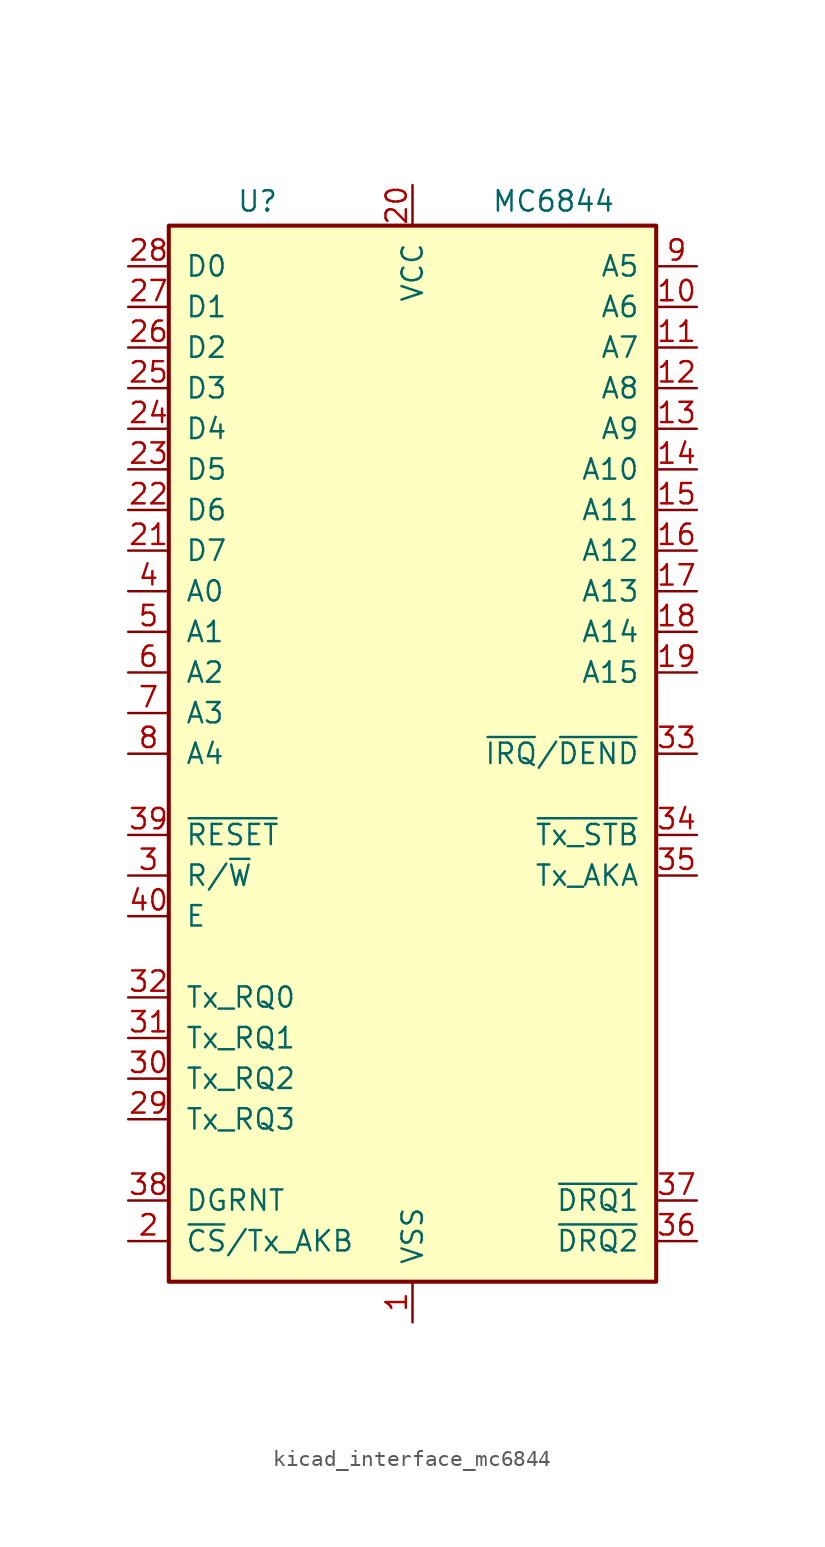
<source format=kicad_sym>
(kicad_symbol_lib
  (version 20220914)
  (generator kicad_symbol_editor)
  (symbol "kicad_interface_mc6844"
    (pin_names
      (offset 1.016))
    (property "Reference" "U"
      (at -8.382 34.544 0)
      (effects (font (size 1.27 1.27)) (justify right)))
    (property "Value" "MC6844"
      (at 12.7 34.544 0)
      (effects (font (size 1.27 1.27)) (justify right)))
    (symbol "kicad_interface_mc6844_0_1"
      (rectangle (start -15.24 -33.02) (end 15.24 33.02) (stroke (width 0.254) (type default)) (fill (type background))))
    (symbol "kicad_interface_mc6844_1_1"
      (pin power_in line (at 0 -35.56 90) (length 2.54) (name "VSS" (effects (font (size 1.27 1.27)))) (number "1" (effects (font (size 1.27 1.27)))))
      (pin output line (at 17.78 27.94 180) (length 2.54) (name "A6" (effects (font (size 1.27 1.27)))) (number "10" (effects (font (size 1.27 1.27)))))
      (pin output line (at 17.78 25.4 180) (length 2.54) (name "A7" (effects (font (size 1.27 1.27)))) (number "11" (effects (font (size 1.27 1.27)))))
      (pin output line (at 17.78 22.86 180) (length 2.54) (name "A8" (effects (font (size 1.27 1.27)))) (number "12" (effects (font (size 1.27 1.27)))))
      (pin output line (at 17.78 20.32 180) (length 2.54) (name "A9" (effects (font (size 1.27 1.27)))) (number "13" (effects (font (size 1.27 1.27)))))
      (pin output line (at 17.78 17.78 180) (length 2.54) (name "A10" (effects (font (size 1.27 1.27)))) (number "14" (effects (font (size 1.27 1.27)))))
      (pin output line (at 17.78 15.24 180) (length 2.54) (name "A11" (effects (font (size 1.27 1.27)))) (number "15" (effects (font (size 1.27 1.27)))))
      (pin output line (at 17.78 12.7 180) (length 2.54) (name "A12" (effects (font (size 1.27 1.27)))) (number "16" (effects (font (size 1.27 1.27)))))
      (pin output line (at 17.78 10.16 180) (length 2.54) (name "A13" (effects (font (size 1.27 1.27)))) (number "17" (effects (font (size 1.27 1.27)))))
      (pin output line (at 17.78 7.62 180) (length 2.54) (name "A14" (effects (font (size 1.27 1.27)))) (number "18" (effects (font (size 1.27 1.27)))))
      (pin output line (at 17.78 5.08 180) (length 2.54) (name "A15" (effects (font (size 1.27 1.27)))) (number "19" (effects (font (size 1.27 1.27)))))
      (pin bidirectional line (at -17.78 -30.48 0) (length 2.54) (name "~{CS}/Tx_AKB" (effects (font (size 1.27 1.27)))) (number "2" (effects (font (size 1.27 1.27)))))
      (pin power_in line (at 0 35.56 270) (length 2.54) (name "VCC" (effects (font (size 1.27 1.27)))) (number "20" (effects (font (size 1.27 1.27)))))
      (pin bidirectional line (at -17.78 12.7 0) (length 2.54) (name "D7" (effects (font (size 1.27 1.27)))) (number "21" (effects (font (size 1.27 1.27)))))
      (pin bidirectional line (at -17.78 15.24 0) (length 2.54) (name "D6" (effects (font (size 1.27 1.27)))) (number "22" (effects (font (size 1.27 1.27)))))
      (pin bidirectional line (at -17.78 17.78 0) (length 2.54) (name "D5" (effects (font (size 1.27 1.27)))) (number "23" (effects (font (size 1.27 1.27)))))
      (pin bidirectional line (at -17.78 20.32 0) (length 2.54) (name "D4" (effects (font (size 1.27 1.27)))) (number "24" (effects (font (size 1.27 1.27)))))
      (pin bidirectional line (at -17.78 22.86 0) (length 2.54) (name "D3" (effects (font (size 1.27 1.27)))) (number "25" (effects (font (size 1.27 1.27)))))
      (pin bidirectional line (at -17.78 25.4 0) (length 2.54) (name "D2" (effects (font (size 1.27 1.27)))) (number "26" (effects (font (size 1.27 1.27)))))
      (pin bidirectional line (at -17.78 27.94 0) (length 2.54) (name "D1" (effects (font (size 1.27 1.27)))) (number "27" (effects (font (size 1.27 1.27)))))
      (pin bidirectional line (at -17.78 30.48 0) (length 2.54) (name "D0" (effects (font (size 1.27 1.27)))) (number "28" (effects (font (size 1.27 1.27)))))
      (pin input line (at -17.78 -22.86 0) (length 2.54) (name "Tx_RQ3" (effects (font (size 1.27 1.27)))) (number "29" (effects (font (size 1.27 1.27)))))
      (pin bidirectional line (at -17.78 -7.62 0) (length 2.54) (name "R/~{W}" (effects (font (size 1.27 1.27)))) (number "3" (effects (font (size 1.27 1.27)))))
      (pin input line (at -17.78 -20.32 0) (length 2.54) (name "Tx_RQ2" (effects (font (size 1.27 1.27)))) (number "30" (effects (font (size 1.27 1.27)))))
      (pin input line (at -17.78 -17.78 0) (length 2.54) (name "Tx_RQ1" (effects (font (size 1.27 1.27)))) (number "31" (effects (font (size 1.27 1.27)))))
      (pin input line (at -17.78 -15.24 0) (length 2.54) (name "Tx_RQ0" (effects (font (size 1.27 1.27)))) (number "32" (effects (font (size 1.27 1.27)))))
      (pin output line (at 17.78 0 180) (length 2.54) (name "~{IRQ}/~{DEND}" (effects (font (size 1.27 1.27)))) (number "33" (effects (font (size 1.27 1.27)))))
      (pin output line (at 17.78 -5.08 180) (length 2.54) (name "~{Tx_STB}" (effects (font (size 1.27 1.27)))) (number "34" (effects (font (size 1.27 1.27)))))
      (pin output line (at 17.78 -7.62 180) (length 2.54) (name "Tx_AKA" (effects (font (size 1.27 1.27)))) (number "35" (effects (font (size 1.27 1.27)))))
      (pin output line (at 17.78 -30.48 180) (length 2.54) (name "~{DRQ2}" (effects (font (size 1.27 1.27)))) (number "36" (effects (font (size 1.27 1.27)))))
      (pin output line (at 17.78 -27.94 180) (length 2.54) (name "~{DRQ1}" (effects (font (size 1.27 1.27)))) (number "37" (effects (font (size 1.27 1.27)))))
      (pin input line (at -17.78 -27.94 0) (length 2.54) (name "DGRNT" (effects (font (size 1.27 1.27)))) (number "38" (effects (font (size 1.27 1.27)))))
      (pin input line (at -17.78 -5.08 0) (length 2.54) (name "~{RESET}" (effects (font (size 1.27 1.27)))) (number "39" (effects (font (size 1.27 1.27)))))
      (pin bidirectional line (at -17.78 10.16 0) (length 2.54) (name "A0" (effects (font (size 1.27 1.27)))) (number "4" (effects (font (size 1.27 1.27)))))
      (pin input line (at -17.78 -10.16 0) (length 2.54) (name "E" (effects (font (size 1.27 1.27)))) (number "40" (effects (font (size 1.27 1.27)))))
      (pin bidirectional line (at -17.78 7.62 0) (length 2.54) (name "A1" (effects (font (size 1.27 1.27)))) (number "5" (effects (font (size 1.27 1.27)))))
      (pin bidirectional line (at -17.78 5.08 0) (length 2.54) (name "A2" (effects (font (size 1.27 1.27)))) (number "6" (effects (font (size 1.27 1.27)))))
      (pin bidirectional line (at -17.78 2.54 0) (length 2.54) (name "A3" (effects (font (size 1.27 1.27)))) (number "7" (effects (font (size 1.27 1.27)))))
      (pin bidirectional line (at -17.78 0 0) (length 2.54) (name "A4" (effects (font (size 1.27 1.27)))) (number "8" (effects (font (size 1.27 1.27)))))
      (pin output line (at 17.78 30.48 180) (length 2.54) (name "A5" (effects (font (size 1.27 1.27)))) (number "9" (effects (font (size 1.27 1.27))))))))
</source>
